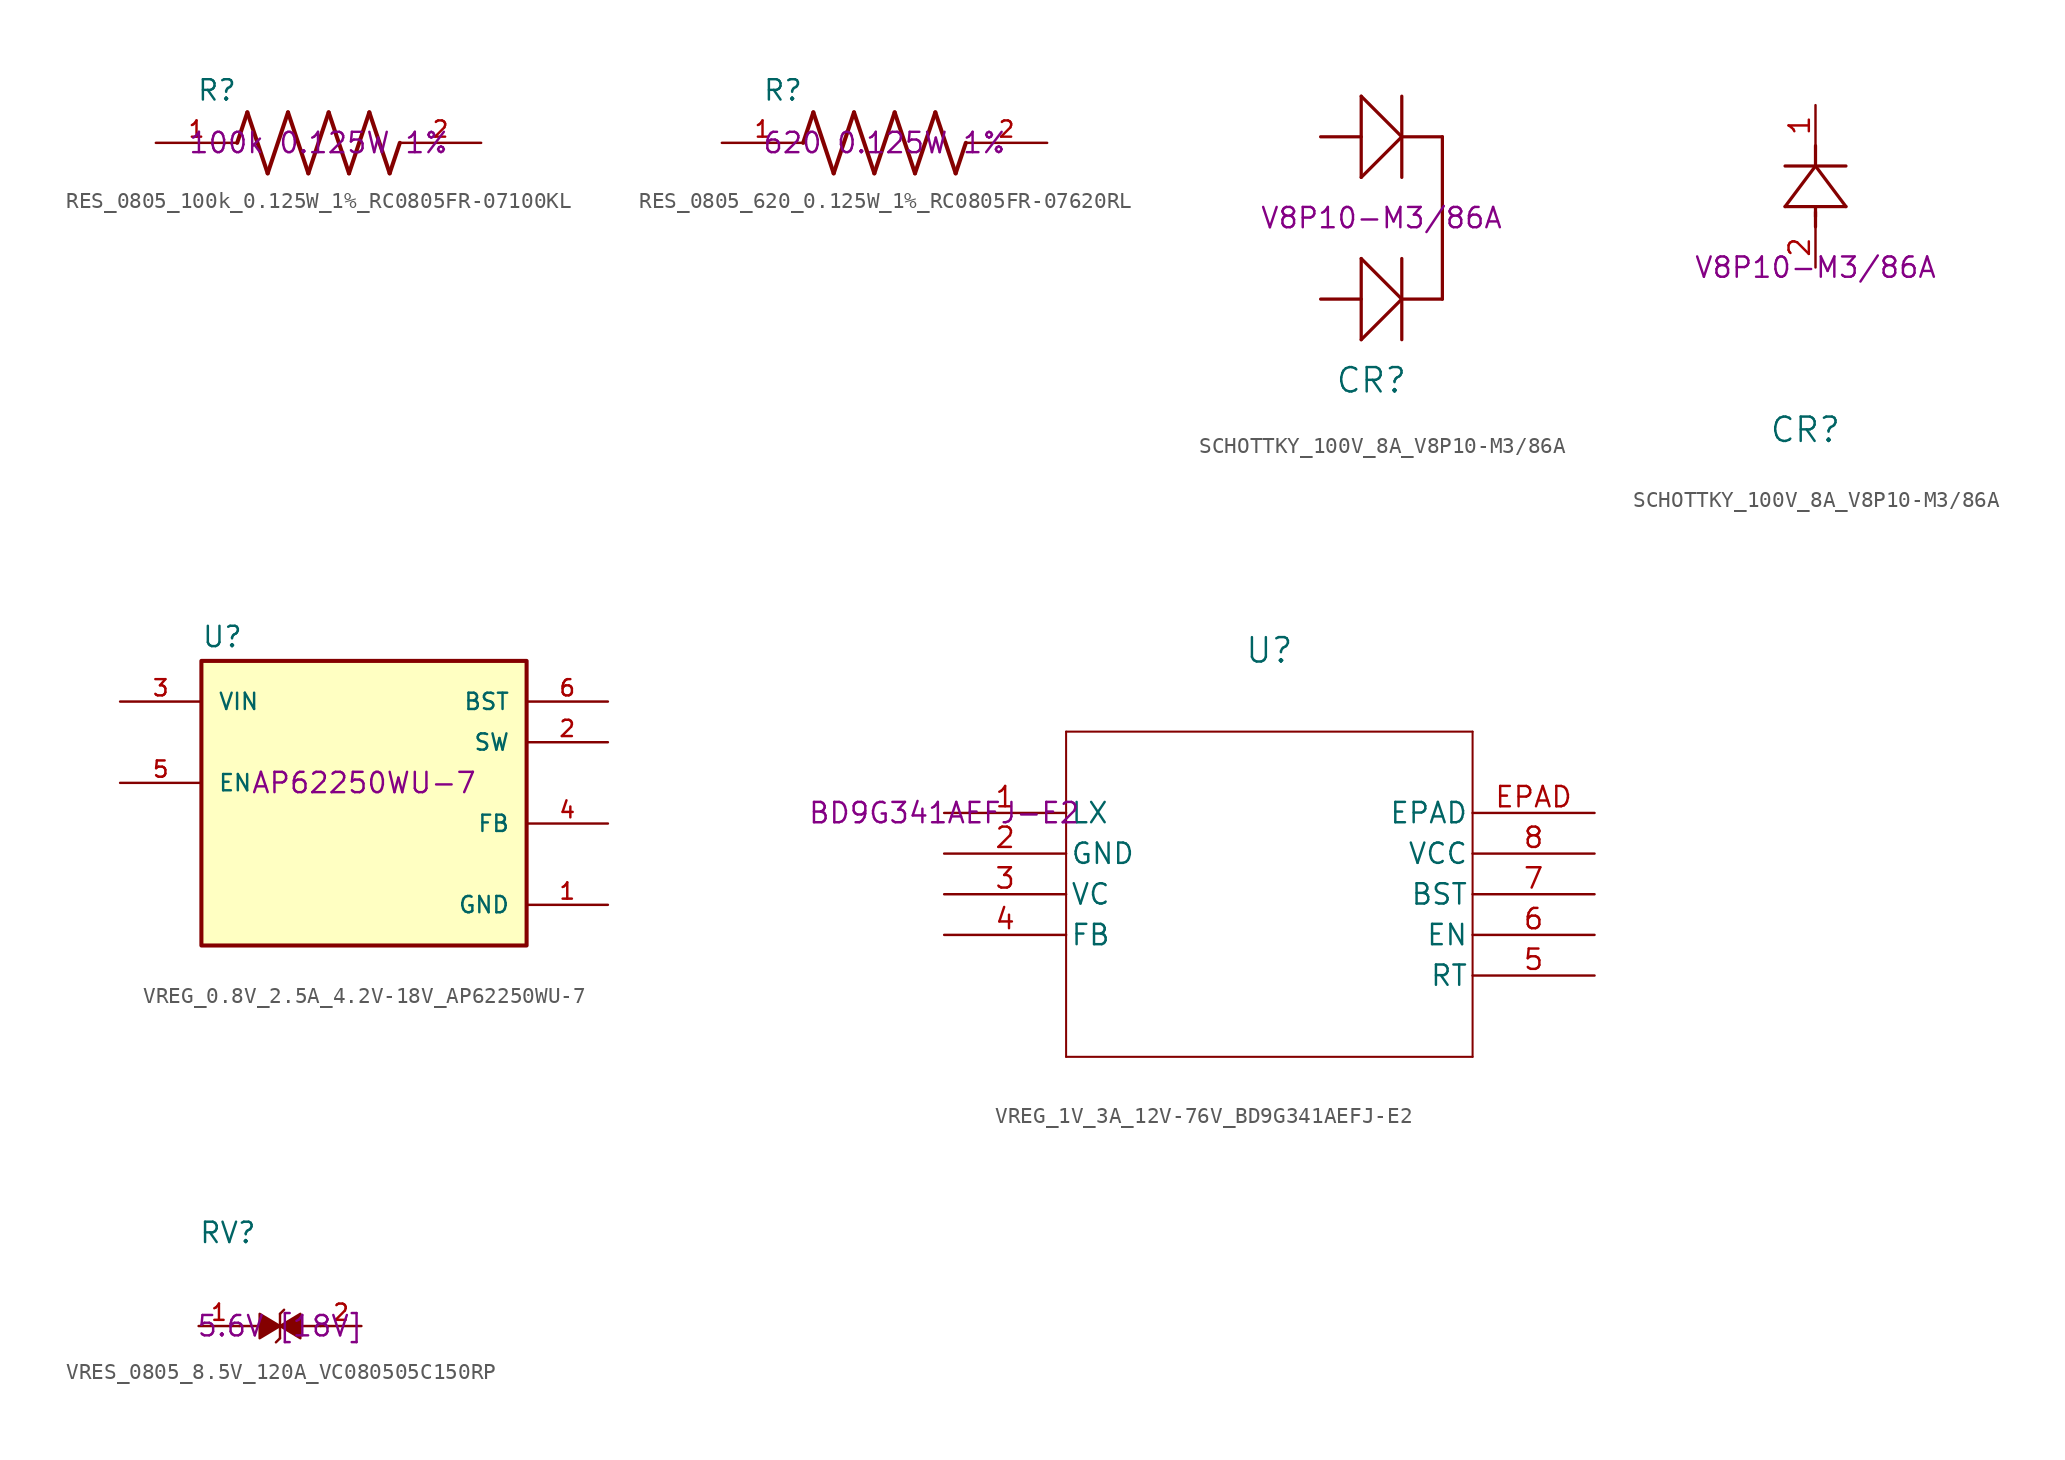
<source format=kicad_sym>
(kicad_symbol_lib
  (version 20241209)
  (generator "kicad_symbol_editor")
  (generator_version "9.0")
  (symbol "RES_0805_100k_0.125W_1%_RC0805FR-07100KL"
    (pin_names
      (offset 1.016))
    (property "Reference" "R"
      (at -7.624 2.542 0)
      (effects (font (size 1.27 1.27)) (justify left bottom)))
    (property "Description" "100k 0.125W 1%"
      (at 0 0 0)
      (effects (font (size 1.27 1.27))))
    (symbol "RES_0805_100k_0.125W_1%_RC0805FR-07100KL_0_0"
      (polyline (pts (xy -5.08 0) (xy -4.445 1.905)) (stroke (width 0.254) (type default)) (fill (type none)))
      (polyline (pts (xy -4.445 1.905) (xy -3.175 -1.905)) (stroke (width 0.254) (type default)) (fill (type none)))
      (polyline (pts (xy -3.175 -1.905) (xy -1.905 1.905)) (stroke (width 0.254) (type default)) (fill (type none)))
      (polyline (pts (xy -1.905 1.905) (xy -0.635 -1.905)) (stroke (width 0.254) (type default)) (fill (type none)))
      (polyline (pts (xy -0.635 -1.905) (xy 0.635 1.905)) (stroke (width 0.254) (type default)) (fill (type none)))
      (polyline (pts (xy 0.635 1.905) (xy 1.905 -1.905)) (stroke (width 0.254) (type default)) (fill (type none)))
      (polyline (pts (xy 1.905 -1.905) (xy 3.175 1.905)) (stroke (width 0.254) (type default)) (fill (type none)))
      (polyline (pts (xy 3.175 1.905) (xy 4.445 -1.905)) (stroke (width 0.254) (type default)) (fill (type none)))
      (polyline (pts (xy 4.445 -1.905) (xy 5.08 0)) (stroke (width 0.254) (type default)) (fill (type none)))
      (pin passive line (at -10.16 0 0) (length 5.08) (name "~" (effects (font (size 1.016 1.016)))) (number "1" (effects (font (size 1.016 1.016)))))
      (pin passive line (at 10.16 0 180) (length 5.08) (name "~" (effects (font (size 1.016 1.016)))) (number "2" (effects (font (size 1.016 1.016)))))))
  (symbol "RES_0805_620_0.125W_1%_RC0805FR-07620RL"
    (pin_names
      (offset 1.016))
    (property "Reference" "R"
      (at -7.624 2.542 0)
      (effects (font (size 1.27 1.27)) (justify left bottom)))
    (property "Description" "620 0.125W 1%"
      (at 0 0 0)
      (effects (font (size 1.27 1.27))))
    (symbol "RES_0805_620_0.125W_1%_RC0805FR-07620RL_0_0"
      (polyline (pts (xy -5.08 0) (xy -4.445 1.905)) (stroke (width 0.254) (type default)) (fill (type none)))
      (polyline (pts (xy -4.445 1.905) (xy -3.175 -1.905)) (stroke (width 0.254) (type default)) (fill (type none)))
      (polyline (pts (xy -3.175 -1.905) (xy -1.905 1.905)) (stroke (width 0.254) (type default)) (fill (type none)))
      (polyline (pts (xy -1.905 1.905) (xy -0.635 -1.905)) (stroke (width 0.254) (type default)) (fill (type none)))
      (polyline (pts (xy -0.635 -1.905) (xy 0.635 1.905)) (stroke (width 0.254) (type default)) (fill (type none)))
      (polyline (pts (xy 0.635 1.905) (xy 1.905 -1.905)) (stroke (width 0.254) (type default)) (fill (type none)))
      (polyline (pts (xy 1.905 -1.905) (xy 3.175 1.905)) (stroke (width 0.254) (type default)) (fill (type none)))
      (polyline (pts (xy 3.175 1.905) (xy 4.445 -1.905)) (stroke (width 0.254) (type default)) (fill (type none)))
      (polyline (pts (xy 4.445 -1.905) (xy 5.08 0)) (stroke (width 0.254) (type default)) (fill (type none)))
      (pin passive line (at -10.16 0 0) (length 5.08) (name "~" (effects (font (size 1.016 1.016)))) (number "1" (effects (font (size 1.016 1.016)))))
      (pin passive line (at 10.16 0 180) (length 5.08) (name "~" (effects (font (size 1.016 1.016)))) (number "2" (effects (font (size 1.016 1.016)))))))
  (symbol "SCHOTTKY_100V_8A_V8P10-M3/86A"
    (pin_names
      (offset 0.254))
    (property "Reference" "CR"
      (at -0.635 -10.16 0)
      (effects (font (size 1.524 1.524))))
    (property "Description" "V8P10-M3/86A"
      (at 0 0 0)
      (effects (font (size 1.27 1.27))))
    (symbol "SCHOTTKY_100V_8A_V8P10-M3/86A_1_1"
      (polyline (pts (xy -3.81 5.08) (xy -1.27 5.08)) (stroke (width 0.203) (type default)) (fill (type none)))
      (polyline (pts (xy -3.81 -5.08) (xy -1.27 -5.08)) (stroke (width 0.203) (type default)) (fill (type none)))
      (polyline (pts (xy -1.27 7.62) (xy -1.27 2.54)) (stroke (width 0.203) (type default)) (fill (type none)))
      (polyline (pts (xy -1.27 7.62) (xy 1.27 5.08)) (stroke (width 0.203) (type default)) (fill (type none)))
      (polyline (pts (xy -1.27 2.54) (xy 1.27 5.08)) (stroke (width 0.203) (type default)) (fill (type none)))
      (polyline (pts (xy -1.27 -2.54) (xy 1.27 -5.08)) (stroke (width 0.203) (type default)) (fill (type none)))
      (polyline (pts (xy -1.27 -7.62) (xy -1.27 -2.54)) (stroke (width 0.203) (type default)) (fill (type none)))
      (polyline (pts (xy -1.27 -7.62) (xy 1.27 -5.08)) (stroke (width 0.203) (type default)) (fill (type none)))
      (polyline (pts (xy 1.27 7.62) (xy 1.27 2.54)) (stroke (width 0.203) (type default)) (fill (type none)))
      (polyline (pts (xy 1.27 -7.62) (xy 1.27 -2.54)) (stroke (width 0.203) (type default)) (fill (type none)))
      (polyline (pts (xy 3.81 5.08) (xy 1.27 5.08)) (stroke (width 0.203) (type default)) (fill (type none)))
      (polyline (pts (xy 3.81 5.08) (xy 3.81 -5.08)) (stroke (width 0.203) (type default)) (fill (type none)))
      (polyline (pts (xy 3.81 -5.08) (xy 1.27 -5.08)) (stroke (width 0.203) (type default)) (fill (type none))))
    (symbol "SCHOTTKY_100V_8A_V8P10-M3/86A_1_2"
      (polyline (pts (xy -1.905 3.81) (xy 1.905 3.81)) (stroke (width 0.203) (type default)) (fill (type none)))
      (polyline (pts (xy 0 6.35) (xy -1.905 3.81)) (stroke (width 0.203) (type default)) (fill (type none)))
      (polyline (pts (xy 0 6.35) (xy 0 7.62)) (stroke (width 0.203) (type default)) (fill (type none)))
      (polyline (pts (xy 0 3.175) (xy 0 3.81)) (stroke (width 0.203) (type default)) (fill (type none)))
      (polyline (pts (xy 0 2.54) (xy 0 3.48)) (stroke (width 0.203) (type default)) (fill (type none)))
      (polyline (pts (xy 1.905 6.35) (xy -1.905 6.35)) (stroke (width 0.203) (type default)) (fill (type none)))
      (polyline (pts (xy 1.905 3.81) (xy 0 6.35)) (stroke (width 0.203) (type default)) (fill (type none)))
      (pin unspecified line (at 0 10.16 270) (length 2.54) (name "" (effects (font (size 1.27 1.27)))) (number "1" (effects (font (size 1.27 1.27)))))
      (pin unspecified line (at 0 0 90) (length 2.54) (name "" (effects (font (size 1.27 1.27)))) (number "2" (effects (font (size 1.27 1.27)))))))
  (symbol "VREG_0.8V_2.5A_4.2V-18V_AP62250WU-7"
    (pin_names
      (offset 1.016))
    (property "Reference" "U"
      (at -10.16 8.382 0)
      (effects (font (size 1.27 1.27)) (justify left bottom)))
    (property "Description" "AP62250WU-7"
      (at 0 0 0)
      (effects (font (size 1.27 1.27))))
    (symbol "VREG_0.8V_2.5A_4.2V-18V_AP62250WU-7_0_0"
      (rectangle (start -10.16 -10.16) (end 10.16 7.62) (stroke (width 0.254) (type default)) (fill (type background)))
      (pin input line (at -15.24 5.08 0) (length 5.08) (name "VIN" (effects (font (size 1.016 1.016)))) (number "3" (effects (font (size 1.016 1.016)))))
      (pin input line (at -15.24 0 0) (length 5.08) (name "EN" (effects (font (size 1.016 1.016)))) (number "5" (effects (font (size 1.016 1.016)))))
      (pin input line (at 15.24 5.08 180) (length 5.08) (name "BST" (effects (font (size 1.016 1.016)))) (number "6" (effects (font (size 1.016 1.016)))))
      (pin output line (at 15.24 2.54 180) (length 5.08) (name "SW" (effects (font (size 1.016 1.016)))) (number "2" (effects (font (size 1.016 1.016)))))
      (pin passive line (at 15.24 -2.54 180) (length 5.08) (name "FB" (effects (font (size 1.016 1.016)))) (number "4" (effects (font (size 1.016 1.016)))))
      (pin power_in line (at 15.24 -7.62 180) (length 5.08) (name "GND" (effects (font (size 1.016 1.016)))) (number "1" (effects (font (size 1.016 1.016)))))))
  (symbol "VREG_1V_3A_12V-76V_BD9G341AEFJ-E2"
    (pin_names
      (offset 0.254))
    (property "Reference" "U"
      (at 20.32 10.16 0)
      (effects (font (size 1.524 1.524))))
    (property "Description" "BD9G341AEFJ-E2"
      (at 0 0 0)
      (effects (font (size 1.27 1.27))))
    (symbol "VREG_1V_3A_12V-76V_BD9G341AEFJ-E2_0_1"
      (polyline (pts (xy 7.62 5.08) (xy 7.62 -15.24)) (stroke (width 0.127) (type default)) (fill (type none)))
      (polyline (pts (xy 7.62 -15.24) (xy 33.02 -15.24)) (stroke (width 0.127) (type default)) (fill (type none)))
      (polyline (pts (xy 33.02 5.08) (xy 7.62 5.08)) (stroke (width 0.127) (type default)) (fill (type none)))
      (polyline (pts (xy 33.02 -15.24) (xy 33.02 5.08)) (stroke (width 0.127) (type default)) (fill (type none)))
      (pin unspecified line (at 0 0 0) (length 7.62) (name "LX" (effects (font (size 1.27 1.27)))) (number "1" (effects (font (size 1.27 1.27)))))
      (pin power_out line (at 0 -2.54 0) (length 7.62) (name "GND" (effects (font (size 1.27 1.27)))) (number "2" (effects (font (size 1.27 1.27)))))
      (pin unspecified line (at 0 -5.08 0) (length 7.62) (name "VC" (effects (font (size 1.27 1.27)))) (number "3" (effects (font (size 1.27 1.27)))))
      (pin unspecified line (at 0 -7.62 0) (length 7.62) (name "FB" (effects (font (size 1.27 1.27)))) (number "4" (effects (font (size 1.27 1.27)))))
      (pin unspecified line (at 40.64 0 180) (length 7.62) (name "EPAD" (effects (font (size 1.27 1.27)))) (number "EPAD" (effects (font (size 1.27 1.27)))))
      (pin power_in line (at 40.64 -2.54 180) (length 7.62) (name "VCC" (effects (font (size 1.27 1.27)))) (number "8" (effects (font (size 1.27 1.27)))))
      (pin unspecified line (at 40.64 -5.08 180) (length 7.62) (name "BST" (effects (font (size 1.27 1.27)))) (number "7" (effects (font (size 1.27 1.27)))))
      (pin unspecified line (at 40.64 -7.62 180) (length 7.62) (name "EN" (effects (font (size 1.27 1.27)))) (number "6" (effects (font (size 1.27 1.27)))))
      (pin unspecified line (at 40.64 -10.16 180) (length 7.62) (name "RT" (effects (font (size 1.27 1.27)))) (number "5" (effects (font (size 1.27 1.27)))))))
  (symbol "VRES_0805_8.5V_120A_VC080505C150RP"
    (pin_names
      (offset 1.016))
    (property "Reference" "RV"
      (at -5.08 5.08 0)
      (effects (font (size 1.27 1.27)) (justify left bottom)))
    (property "Description" "5.6V [18V]"
      (at 0 0 0)
      (effects (font (size 1.27 1.27))))
    (symbol "VRES_0805_8.5V_120A_VC080505C150RP_0_0"
      (polyline (pts (xy -1.27 0) (xy -2.54 0)) (stroke (width 0.152) (type default)) (fill (type none)))
      (polyline (pts (xy 0 0.762) (xy 0.254 1.016)) (stroke (width 0.152) (type default)) (fill (type none)))
      (polyline (pts (xy 0 0) (xy -1.27 -0.762) (xy -1.27 0.762) (xy 0 0)) (stroke (width 0.152) (type default)) (fill (type outline)))
      (polyline (pts (xy 0 0) (xy 1.27 0.762) (xy 1.27 -0.762) (xy 0 0)) (stroke (width 0.152) (type default)) (fill (type outline)))
      (polyline (pts (xy 0 -0.762) (xy -0.254 -1.016)) (stroke (width 0.152) (type default)) (fill (type none)))
      (polyline (pts (xy 0 -0.762) (xy 0 0.762)) (stroke (width 0.152) (type default)) (fill (type none)))
      (polyline (pts (xy 1.27 0) (xy 2.54 0)) (stroke (width 0.152) (type default)) (fill (type none)))
      (pin passive line (at -5.08 0 0) (length 2.54) (name "~" (effects (font (size 1.016 1.016)))) (number "1" (effects (font (size 1.016 1.016)))))
      (pin passive line (at 5.08 0 180) (length 2.54) (name "~" (effects (font (size 1.016 1.016)))) (number "2" (effects (font (size 1.016 1.016))))))))
</source>
